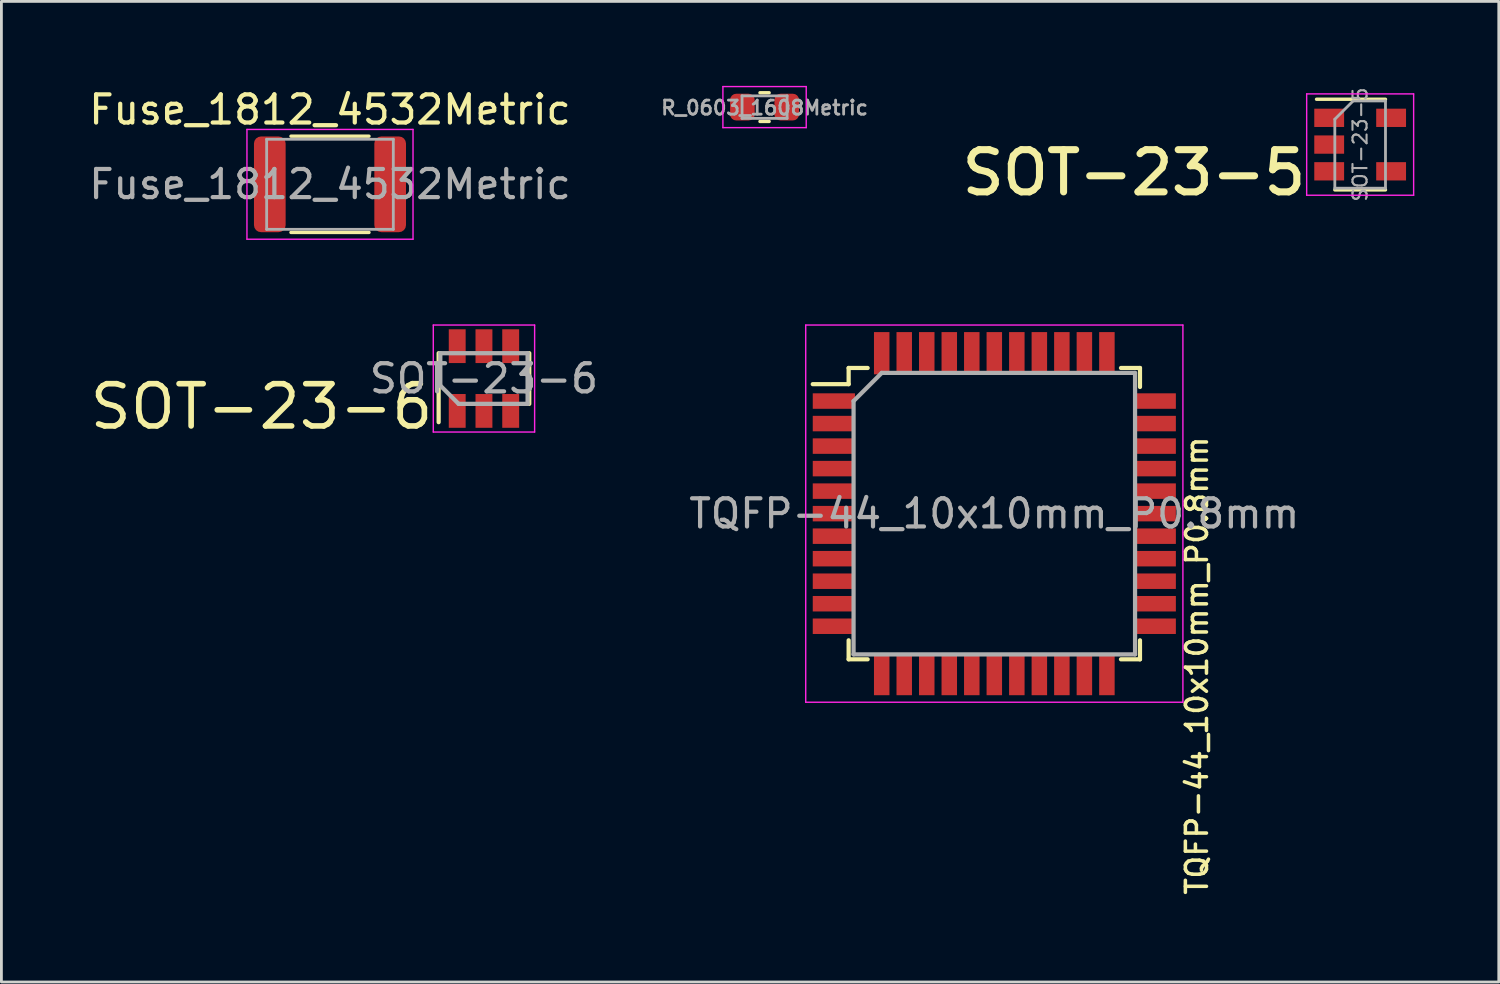
<source format=kicad_pcb>
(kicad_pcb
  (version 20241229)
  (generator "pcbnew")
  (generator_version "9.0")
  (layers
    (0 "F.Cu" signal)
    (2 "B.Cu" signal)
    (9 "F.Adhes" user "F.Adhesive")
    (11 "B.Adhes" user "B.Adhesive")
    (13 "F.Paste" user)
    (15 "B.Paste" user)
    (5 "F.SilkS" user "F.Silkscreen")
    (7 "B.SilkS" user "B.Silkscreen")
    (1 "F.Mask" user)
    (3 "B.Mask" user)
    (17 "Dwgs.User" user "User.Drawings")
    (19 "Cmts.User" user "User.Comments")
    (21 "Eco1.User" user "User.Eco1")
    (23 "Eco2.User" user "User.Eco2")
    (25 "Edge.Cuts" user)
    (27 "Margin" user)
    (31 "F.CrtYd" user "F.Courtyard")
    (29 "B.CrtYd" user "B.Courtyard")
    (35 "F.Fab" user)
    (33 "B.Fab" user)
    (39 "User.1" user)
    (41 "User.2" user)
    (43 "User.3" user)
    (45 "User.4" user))
  (footprint "SOT-23-6"
    (layer "F.Cu")
    (at 14.143 10.398)
    (property "Reference" "SOT-23-6" (at -1.7 1 180) (layer "F.SilkS") (effects (font (size 1.5 1.5) (thickness 0.2)) (justify right)))
    (attr smd)
    (fp_line (start -1.61 -0.9) (end -1.61 1.55) (stroke (width 0.15) (type solid)) (layer "F.SilkS"))
    (fp_line (start 1.61 0.9) (end 1.61 -0.9) (stroke (width 0.15) (type solid)) (layer "F.SilkS"))
    (fp_line (start -1.8 -1.9) (end -1.8 1.9) (stroke (width 0.05) (type solid)) (layer "F.CrtYd"))
    (fp_line (start -1.8 1.9) (end 1.8 1.9) (stroke (width 0.05) (type solid)) (layer "F.CrtYd"))
    (fp_line (start 1.8 -1.9) (end -1.8 -1.9) (stroke (width 0.05) (type solid)) (layer "F.CrtYd"))
    (fp_line (start 1.8 1.9) (end 1.8 -1.9) (stroke (width 0.05) (type solid)) (layer "F.CrtYd"))
    (fp_line (start -1.55 -0.9) (end -1.55 0.25) (stroke (width 0.15) (type solid)) (layer "F.Fab"))
    (fp_line (start -1.55 -0.9) (end 1.55 -0.9) (stroke (width 0.15) (type solid)) (layer "F.Fab"))
    (fp_line (start -0.9 0.9) (end -1.55 0.25) (stroke (width 0.15) (type solid)) (layer "F.Fab"))
    (fp_line (start -0.9 0.9) (end 1.55 0.9) (stroke (width 0.15) (type solid)) (layer "F.Fab"))
    (fp_line (start 1.55 -0.9) (end 1.55 0.9) (stroke (width 0.15) (type solid)) (layer "F.Fab"))
    (fp_text user "${REFERENCE}" (at 0 0 180) (layer "F.Fab") (effects (font (size 1 1) (thickness 0.15))))
    (pad "1" smd rect (at -0.95 1.15) (size 0.6 1.2) (layers "F.Cu" "F.Mask" "F.Paste"))
    (pad "2" smd rect (at 0 1.15) (size 0.6 1.2) (layers "F.Cu" "F.Mask" "F.Paste"))
    (pad "3" smd rect (at 0.95 1.15) (size 0.6 1.2) (layers "F.Cu" "F.Mask" "F.Paste"))
    (pad "4" smd rect (at 0.95 -1.15) (size 0.6 1.2) (layers "F.Cu" "F.Mask" "F.Paste"))
    (pad "5" smd rect (at 0 -1.15) (size 0.6 1.2) (layers "F.Cu" "F.Mask" "F.Paste"))
    (pad "6" smd rect (at -0.95 -1.15) (size 0.6 1.2) (layers "F.Cu" "F.Mask" "F.Paste")))
  (footprint "SOT-23-5"
    (layer "F.Cu")
    (at 45.271 2.086)
    (property "Reference" "SOT-23-5" (at -1.8 1 0) (layer "F.SilkS") (effects (font (size 1.5 1.5) (thickness 0.25)) (justify right)))
    (attr smd)
    (fp_line (start -0.9 1.61) (end 0.9 1.61) (stroke (width 0.12) (type solid)) (layer "F.SilkS"))
    (fp_line (start 0.9 -1.61) (end -1.55 -1.61) (stroke (width 0.12) (type solid)) (layer "F.SilkS"))
    (fp_line (start -1.9 -1.8) (end 1.9 -1.8) (stroke (width 0.05) (type solid)) (layer "F.CrtYd"))
    (fp_line (start -1.9 1.8) (end -1.9 -1.8) (stroke (width 0.05) (type solid)) (layer "F.CrtYd"))
    (fp_line (start 1.9 -1.8) (end 1.9 1.8) (stroke (width 0.05) (type solid)) (layer "F.CrtYd"))
    (fp_line (start 1.9 1.8) (end -1.9 1.8) (stroke (width 0.05) (type solid)) (layer "F.CrtYd"))
    (fp_line (start -0.9 -0.9) (end -0.9 1.55) (stroke (width 0.1) (type solid)) (layer "F.Fab"))
    (fp_line (start -0.9 -0.9) (end -0.25 -1.55) (stroke (width 0.1) (type solid)) (layer "F.Fab"))
    (fp_line (start 0.9 -1.55) (end -0.25 -1.55) (stroke (width 0.1) (type solid)) (layer "F.Fab"))
    (fp_line (start 0.9 -1.55) (end 0.9 1.55) (stroke (width 0.1) (type solid)) (layer "F.Fab"))
    (fp_line (start 0.9 1.55) (end -0.9 1.55) (stroke (width 0.1) (type solid)) (layer "F.Fab"))
    (fp_text user "${REFERENCE}" (at 0 0 90) (layer "F.Fab") (effects (font (size 0.5 0.5) (thickness 0.075))))
    (pad "1" smd rect (at -1.1 -0.95) (size 1.06 0.65) (layers "F.Cu" "F.Mask" "F.Paste"))
    (pad "2" smd rect (at -1.1 0) (size 1.06 0.65) (layers "F.Cu" "F.Mask" "F.Paste"))
    (pad "3" smd rect (at -1.1 0.95) (size 1.06 0.65) (layers "F.Cu" "F.Mask" "F.Paste"))
    (pad "4" smd rect (at 1.1 0.95) (size 1.06 0.65) (layers "F.Cu" "F.Mask" "F.Paste"))
    (pad "5" smd rect (at 1.1 -0.95) (size 1.06 0.65) (layers "F.Cu" "F.Mask" "F.Paste")))
  (footprint "Fuse_1812_4532Metric"
    (layer "F.Cu")
    (at 8.673 3.498)
    (property "Reference" "Fuse_1812_4532Metric" (at 0 -2.65 180) (layer "F.SilkS") (effects (font (size 1 1) (thickness 0.15))))
    (attr smd)
    (fp_line (start -1.386 -1.71) (end 1.386 -1.71) (stroke (width 0.12) (type solid)) (layer "F.SilkS"))
    (fp_line (start -1.386 1.71) (end 1.386 1.71) (stroke (width 0.12) (type solid)) (layer "F.SilkS"))
    (fp_line (start -2.95 -1.95) (end 2.95 -1.95) (stroke (width 0.05) (type solid)) (layer "F.CrtYd"))
    (fp_line (start -2.95 1.95) (end -2.95 -1.95) (stroke (width 0.05) (type solid)) (layer "F.CrtYd"))
    (fp_line (start 2.95 -1.95) (end 2.95 1.95) (stroke (width 0.05) (type solid)) (layer "F.CrtYd"))
    (fp_line (start 2.95 1.95) (end -2.95 1.95) (stroke (width 0.05) (type solid)) (layer "F.CrtYd"))
    (fp_line (start -2.25 -1.6) (end 2.25 -1.6) (stroke (width 0.1) (type solid)) (layer "F.Fab"))
    (fp_line (start -2.25 1.6) (end -2.25 -1.6) (stroke (width 0.1) (type solid)) (layer "F.Fab"))
    (fp_line (start 2.25 -1.6) (end 2.25 1.6) (stroke (width 0.1) (type solid)) (layer "F.Fab"))
    (fp_line (start 2.25 1.6) (end -2.25 1.6) (stroke (width 0.1) (type solid)) (layer "F.Fab"))
    (fp_text user "${REFERENCE}" (at 0 0 180) (layer "F.Fab") (effects (font (size 1 1) (thickness 0.15))))
    (pad "1" smd roundrect (at -2.138 0) (size 1.125 3.4) (layers "F.Cu" "F.Mask" "F.Paste") (roundrect_rratio 0.222))
    (pad "2" smd roundrect (at 2.138 0) (size 1.125 3.4) (layers "F.Cu" "F.Mask" "F.Paste") (roundrect_rratio 0.222)))
  (footprint "TQFP-44_10x10mm_P0.8mm"
    (layer "F.Cu")
    (at 32.274 15.198)
    (property "Reference" "TQFP-44_10x10mm_P0.8mm" (at 7.197 5.4 90) (layer "F.SilkS") (effects (font (size 0.75 0.75) (thickness 0.125))))
    (attr smd)
    (fp_line (start -5.175 -5.175) (end -5.175 -4.6) (stroke (width 0.15) (type solid)) (layer "F.SilkS"))
    (fp_line (start -5.175 -5.175) (end -4.5 -5.175) (stroke (width 0.15) (type solid)) (layer "F.SilkS"))
    (fp_line (start -5.175 -4.6) (end -6.45 -4.6) (stroke (width 0.15) (type solid)) (layer "F.SilkS"))
    (fp_line (start -5.175 5.175) (end -5.175 4.5) (stroke (width 0.15) (type solid)) (layer "F.SilkS"))
    (fp_line (start -5.175 5.175) (end -4.5 5.175) (stroke (width 0.15) (type solid)) (layer "F.SilkS"))
    (fp_line (start 5.175 -5.175) (end 4.5 -5.175) (stroke (width 0.15) (type solid)) (layer "F.SilkS"))
    (fp_line (start 5.175 -5.175) (end 5.175 -4.5) (stroke (width 0.15) (type solid)) (layer "F.SilkS"))
    (fp_line (start 5.175 5.175) (end 4.5 5.175) (stroke (width 0.15) (type solid)) (layer "F.SilkS"))
    (fp_line (start 5.175 5.175) (end 5.175 4.5) (stroke (width 0.15) (type solid)) (layer "F.SilkS"))
    (fp_line (start -6.7 -6.7) (end -6.7 6.7) (stroke (width 0.05) (type solid)) (layer "F.CrtYd"))
    (fp_line (start -6.7 -6.7) (end 6.7 -6.7) (stroke (width 0.05) (type solid)) (layer "F.CrtYd"))
    (fp_line (start -6.7 6.7) (end 6.7 6.7) (stroke (width 0.05) (type solid)) (layer "F.CrtYd"))
    (fp_line (start 6.7 -6.7) (end 6.7 6.7) (stroke (width 0.05) (type solid)) (layer "F.CrtYd"))
    (fp_line (start -5 -4) (end -4 -5) (stroke (width 0.15) (type solid)) (layer "F.Fab"))
    (fp_line (start -5 5) (end -5 -4) (stroke (width 0.15) (type solid)) (layer "F.Fab"))
    (fp_line (start -4 -5) (end 5 -5) (stroke (width 0.15) (type solid)) (layer "F.Fab"))
    (fp_line (start 5 -5) (end 5 5) (stroke (width 0.15) (type solid)) (layer "F.Fab"))
    (fp_line (start 5 5) (end -5 5) (stroke (width 0.15) (type solid)) (layer "F.Fab"))
    (fp_text user "${REFERENCE}" (at 0 0 0) (layer "F.Fab") (effects (font (size 1 1) (thickness 0.15))))
    (pad "1" smd rect (at -5.7 -4) (size 1.5 0.55) (layers "F.Cu" "F.Mask" "F.Paste"))
    (pad "2" smd rect (at -5.7 -3.2) (size 1.5 0.55) (layers "F.Cu" "F.Mask" "F.Paste"))
    (pad "3" smd rect (at -5.7 -2.4) (size 1.5 0.55) (layers "F.Cu" "F.Mask" "F.Paste"))
    (pad "4" smd rect (at -5.7 -1.6) (size 1.5 0.55) (layers "F.Cu" "F.Mask" "F.Paste"))
    (pad "5" smd rect (at -5.7 -0.8) (size 1.5 0.55) (layers "F.Cu" "F.Mask" "F.Paste"))
    (pad "6" smd rect (at -5.7 0) (size 1.5 0.55) (layers "F.Cu" "F.Mask" "F.Paste"))
    (pad "7" smd rect (at -5.7 0.8) (size 1.5 0.55) (layers "F.Cu" "F.Mask" "F.Paste"))
    (pad "8" smd rect (at -5.7 1.6) (size 1.5 0.55) (layers "F.Cu" "F.Mask" "F.Paste"))
    (pad "9" smd rect (at -5.7 2.4) (size 1.5 0.55) (layers "F.Cu" "F.Mask" "F.Paste"))
    (pad "10" smd rect (at -5.7 3.2) (size 1.5 0.55) (layers "F.Cu" "F.Mask" "F.Paste"))
    (pad "11" smd rect (at -5.7 4) (size 1.5 0.55) (layers "F.Cu" "F.Mask" "F.Paste"))
    (pad "12" smd rect (at -4 5.7 90) (size 1.5 0.55) (layers "F.Cu" "F.Mask" "F.Paste"))
    (pad "13" smd rect (at -3.2 5.7 90) (size 1.5 0.55) (layers "F.Cu" "F.Mask" "F.Paste"))
    (pad "14" smd rect (at -2.4 5.7 90) (size 1.5 0.55) (layers "F.Cu" "F.Mask" "F.Paste"))
    (pad "15" smd rect (at -1.6 5.7 90) (size 1.5 0.55) (layers "F.Cu" "F.Mask" "F.Paste"))
    (pad "16" smd rect (at -0.8 5.7 90) (size 1.5 0.55) (layers "F.Cu" "F.Mask" "F.Paste"))
    (pad "17" smd rect (at 0 5.7 90) (size 1.5 0.55) (layers "F.Cu" "F.Mask" "F.Paste"))
    (pad "18" smd rect (at 0.8 5.7 90) (size 1.5 0.55) (layers "F.Cu" "F.Mask" "F.Paste"))
    (pad "19" smd rect (at 1.6 5.7 90) (size 1.5 0.55) (layers "F.Cu" "F.Mask" "F.Paste"))
    (pad "20" smd rect (at 2.4 5.7 90) (size 1.5 0.55) (layers "F.Cu" "F.Mask" "F.Paste"))
    (pad "21" smd rect (at 3.2 5.7 90) (size 1.5 0.55) (layers "F.Cu" "F.Mask" "F.Paste"))
    (pad "22" smd rect (at 4 5.7 90) (size 1.5 0.55) (layers "F.Cu" "F.Mask" "F.Paste"))
    (pad "23" smd rect (at 5.7 4) (size 1.5 0.55) (layers "F.Cu" "F.Mask" "F.Paste"))
    (pad "24" smd rect (at 5.7 3.2) (size 1.5 0.55) (layers "F.Cu" "F.Mask" "F.Paste"))
    (pad "25" smd rect (at 5.7 2.4) (size 1.5 0.55) (layers "F.Cu" "F.Mask" "F.Paste"))
    (pad "26" smd rect (at 5.7 1.6) (size 1.5 0.55) (layers "F.Cu" "F.Mask" "F.Paste"))
    (pad "27" smd rect (at 5.7 0.8) (size 1.5 0.55) (layers "F.Cu" "F.Mask" "F.Paste"))
    (pad "28" smd rect (at 5.7 0) (size 1.5 0.55) (layers "F.Cu" "F.Mask" "F.Paste"))
    (pad "29" smd rect (at 5.7 -0.8) (size 1.5 0.55) (layers "F.Cu" "F.Mask" "F.Paste"))
    (pad "30" smd rect (at 5.7 -1.6) (size 1.5 0.55) (layers "F.Cu" "F.Mask" "F.Paste"))
    (pad "31" smd rect (at 5.7 -2.4) (size 1.5 0.55) (layers "F.Cu" "F.Mask" "F.Paste"))
    (pad "32" smd rect (at 5.7 -3.2) (size 1.5 0.55) (layers "F.Cu" "F.Mask" "F.Paste"))
    (pad "33" smd rect (at 5.7 -4) (size 1.5 0.55) (layers "F.Cu" "F.Mask" "F.Paste"))
    (pad "34" smd rect (at 4 -5.7 90) (size 1.5 0.55) (layers "F.Cu" "F.Mask" "F.Paste"))
    (pad "35" smd rect (at 3.2 -5.7 90) (size 1.5 0.55) (layers "F.Cu" "F.Mask" "F.Paste"))
    (pad "36" smd rect (at 2.4 -5.7 90) (size 1.5 0.55) (layers "F.Cu" "F.Mask" "F.Paste"))
    (pad "37" smd rect (at 1.6 -5.7 90) (size 1.5 0.55) (layers "F.Cu" "F.Mask" "F.Paste"))
    (pad "38" smd rect (at 0.8 -5.7 90) (size 1.5 0.55) (layers "F.Cu" "F.Mask" "F.Paste"))
    (pad "39" smd rect (at 0 -5.7 90) (size 1.5 0.55) (layers "F.Cu" "F.Mask" "F.Paste"))
    (pad "40" smd rect (at -0.8 -5.7 90) (size 1.5 0.55) (layers "F.Cu" "F.Mask" "F.Paste"))
    (pad "41" smd rect (at -1.6 -5.7 90) (size 1.5 0.55) (layers "F.Cu" "F.Mask" "F.Paste"))
    (pad "42" smd rect (at -2.4 -5.7 90) (size 1.5 0.55) (layers "F.Cu" "F.Mask" "F.Paste"))
    (pad "43" smd rect (at -3.2 -5.7 90) (size 1.5 0.55) (layers "F.Cu" "F.Mask" "F.Paste"))
    (pad "44" smd rect (at -4 -5.7 90) (size 1.5 0.55) (layers "F.Cu" "F.Mask" "F.Paste")))
  (footprint "R_0603_1608Metric"
    (layer "F.Cu")
    (at 24.112 0.755)
    (property "Reference" "R_0603_1608Metric" (at 0 0.025 180) (layer "F.Fab") (effects (font (size 0.5 0.5) (thickness 0.1))))
    (attr smd)
    (fp_line (start -0.163 -0.51) (end 0.163 -0.51) (stroke (width 0.12) (type solid)) (layer "F.SilkS"))
    (fp_line (start -0.163 0.51) (end 0.163 0.51) (stroke (width 0.12) (type solid)) (layer "F.SilkS"))
    (fp_line (start -1.48 -0.73) (end 1.48 -0.73) (stroke (width 0.05) (type solid)) (layer "F.CrtYd"))
    (fp_line (start -1.48 0.73) (end -1.48 -0.73) (stroke (width 0.05) (type solid)) (layer "F.CrtYd"))
    (fp_line (start 1.48 -0.73) (end 1.48 0.73) (stroke (width 0.05) (type solid)) (layer "F.CrtYd"))
    (fp_line (start 1.48 0.73) (end -1.48 0.73) (stroke (width 0.05) (type solid)) (layer "F.CrtYd"))
    (fp_line (start -0.8 -0.4) (end 0.8 -0.4) (stroke (width 0.1) (type solid)) (layer "F.Fab"))
    (fp_line (start -0.8 0.4) (end -0.8 -0.4) (stroke (width 0.1) (type solid)) (layer "F.Fab"))
    (fp_line (start 0.8 -0.4) (end 0.8 0.4) (stroke (width 0.1) (type solid)) (layer "F.Fab"))
    (fp_line (start 0.8 0.4) (end -0.8 0.4) (stroke (width 0.1) (type solid)) (layer "F.Fab"))
    (pad "1" smd roundrect (at -0.787 0) (size 0.875 0.95) (layers "F.Cu" "F.Mask" "F.Paste") (roundrect_rratio 0.25))
    (pad "2" smd roundrect (at 0.787 0) (size 0.875 0.95) (layers "F.Cu" "F.Mask" "F.Paste") (roundrect_rratio 0.25)))
  (gr_rect
    (start -3 -3)
    (end 50.196 31.836)
    (stroke (width 0.1) (type default))
    (fill no)
    (layer "Edge.Cuts")))
</source>
